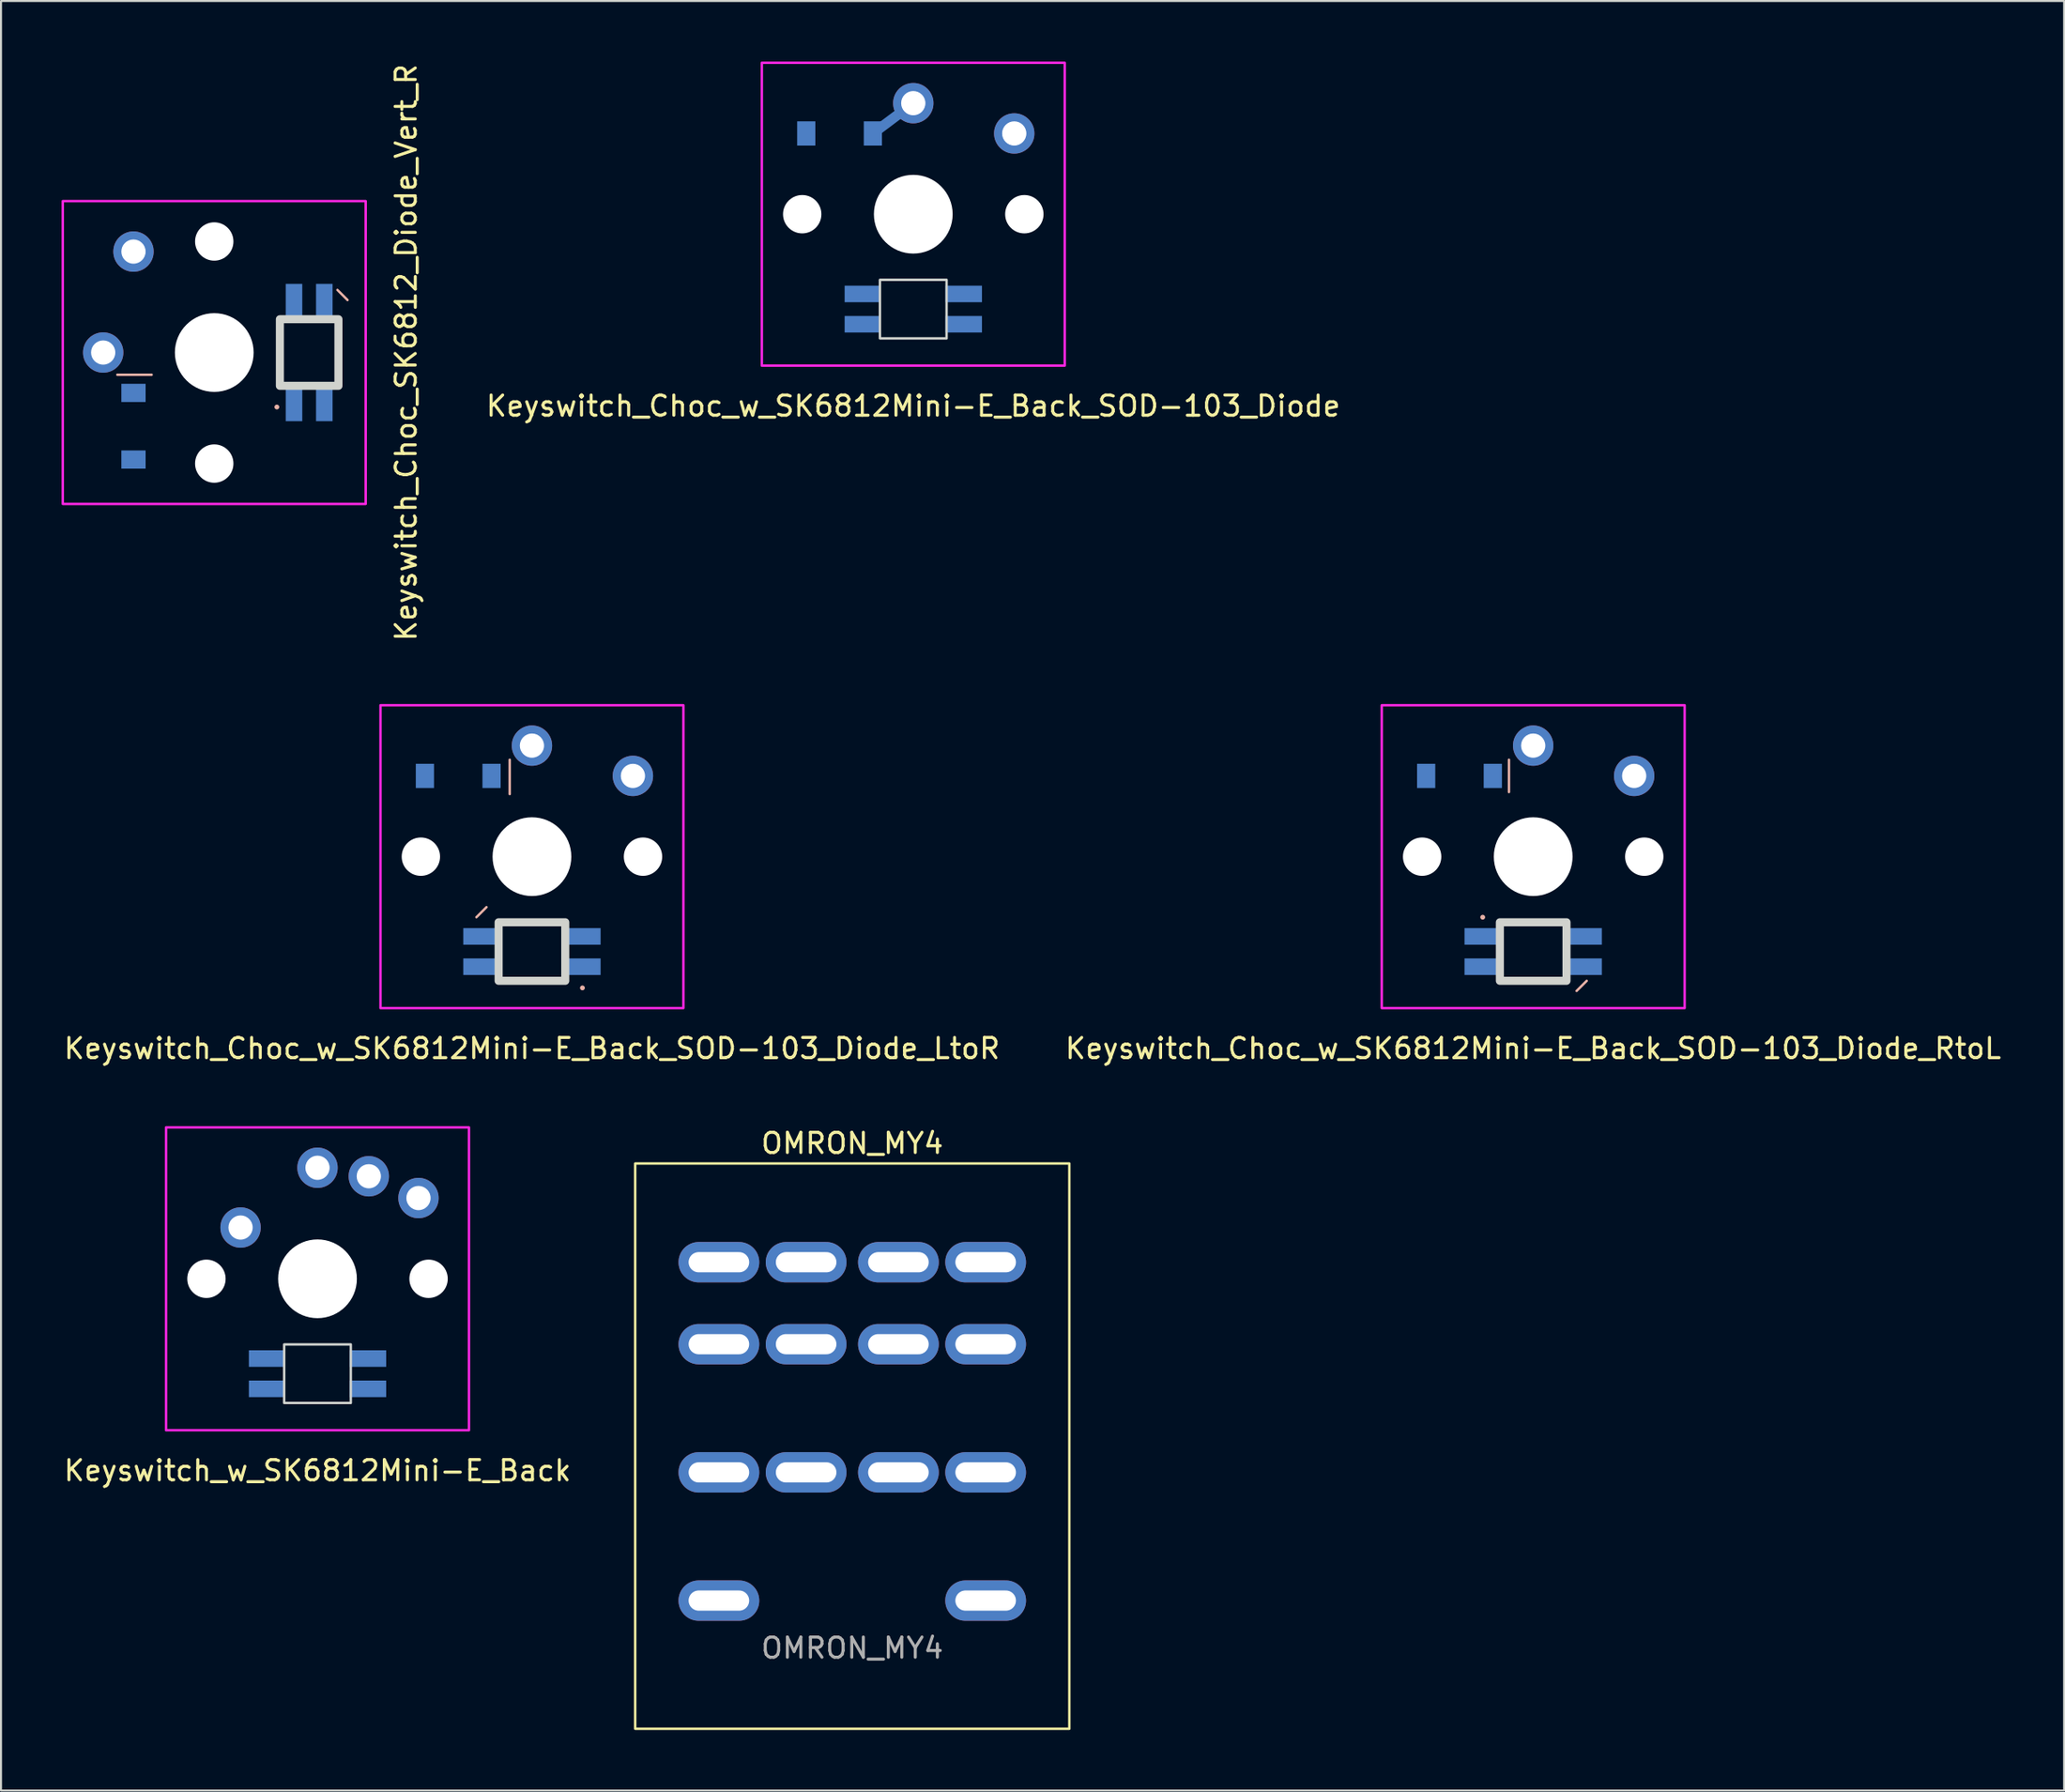
<source format=kicad_pcb>
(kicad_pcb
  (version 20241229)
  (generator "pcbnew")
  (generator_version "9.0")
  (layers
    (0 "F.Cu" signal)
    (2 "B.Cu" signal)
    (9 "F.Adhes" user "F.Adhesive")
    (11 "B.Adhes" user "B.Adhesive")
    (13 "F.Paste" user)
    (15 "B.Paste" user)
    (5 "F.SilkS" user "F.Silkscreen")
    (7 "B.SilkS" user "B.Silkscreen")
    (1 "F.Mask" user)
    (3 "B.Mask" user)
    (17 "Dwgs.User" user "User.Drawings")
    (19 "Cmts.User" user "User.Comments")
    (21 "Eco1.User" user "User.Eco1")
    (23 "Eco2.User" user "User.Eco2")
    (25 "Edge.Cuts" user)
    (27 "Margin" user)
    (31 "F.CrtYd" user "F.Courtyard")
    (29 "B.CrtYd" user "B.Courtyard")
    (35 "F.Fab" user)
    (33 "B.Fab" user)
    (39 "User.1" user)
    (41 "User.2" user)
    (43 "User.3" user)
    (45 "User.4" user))
  (footprint "Keyswitch_w_SK6812Mini-E_Back"
    (layer "F.Cu")
    (at 12.673 60.29)
    (property "Reference" "Keyswitch_w_SK6812Mini-E_Back" (at 0 9.5 0) (layer "F.SilkS") (effects (font (size 1 1) (thickness 0.15))))
    (attr through_hole)
    (fp_rect (start -1.65 3.25) (end 1.65 6.15) (stroke (width 0.12) (type solid)) (fill no) (layer "Edge.Cuts"))
    (fp_rect (start -7.5 -7.5) (end 7.5 7.5) (stroke (width 0.12) (type solid)) (fill no) (layer "F.CrtYd"))
    (pad "" np_thru_hole circle (at -5.5 0) (size 1.9 1.9) (drill 1.9) (layers "*.Cu" "*.Mask"))
    (pad "" np_thru_hole circle (at 0 0) (size 3.9 3.9) (drill 3.9) (layers "*.Cu" "*.Mask"))
    (pad "" np_thru_hole circle (at 5.5 0) (size 1.9 1.9) (drill 1.9) (layers "*.Cu" "*.Mask"))
    (pad "1" smd rect (at -2.5 3.95) (size 1.8 0.82) (layers "B.Cu" "B.Mask" "B.Paste"))
    (pad "2" smd rect (at -2.5 5.45) (size 1.8 0.82) (layers "B.Cu" "B.Mask" "B.Paste"))
    (pad "3" smd rect (at 2.5 5.45) (size 1.8 0.82) (layers "B.Cu" "B.Mask" "B.Paste"))
    (pad "4" smd rect (at 2.5 3.95) (size 1.8 0.82) (layers "B.Cu" "B.Mask" "B.Paste"))
    (pad "5" thru_hole circle (at 2.54 -5.08) (size 2 2) (drill 1.2) (layers "*.Cu" "*.Mask"))
    (pad "5" thru_hole circle (at 5 -4) (size 2 2) (drill 1.2) (layers "*.Cu" "*.Mask"))
    (pad "6" thru_hole circle (at -3.81 -2.54) (size 2 2) (drill 1.2) (layers "*.Cu" "*.Mask"))
    (pad "6" thru_hole circle (at 0 -5.5) (size 2 2) (drill 1.2) (layers "*.Cu" "*.Mask")))
  (footprint "Keyswitch_Choc_w_SK6812Mini-E_Back_SOD-103_Diode"
    (layer "F.Cu")
    (at 42.176 7.56)
    (property "Reference" "Keyswitch_Choc_w_SK6812Mini-E_Back_SOD-103_Diode" (at 0 9.5 0) (layer "F.SilkS") (effects (font (size 1 1) (thickness 0.15))))
    (attr through_hole)
    (fp_line (start -2 -4) (end 0 -5.5) (stroke (width 0.5) (type solid)) (layer "B.Cu"))
    (fp_line (start 0 -5.5) (end 0 -5) (stroke (width 0.2) (type solid)) (layer "B.Cu"))
    (fp_rect (start -1.65 3.25) (end 1.65 6.15) (stroke (width 0.12) (type solid)) (fill no) (layer "Edge.Cuts"))
    (fp_rect (start -1.65 3.25) (end 1.65 6.15) (stroke (width 0.12) (type solid)) (fill no) (layer "Margin"))
    (fp_rect (start -7.5 -7.5) (end 7.5 7.5) (stroke (width 0.12) (type solid)) (fill no) (layer "F.CrtYd"))
    (pad "" np_thru_hole circle (at -5.5 0) (size 1.9 1.9) (drill 1.9) (layers "*.Cu" "*.Mask"))
    (pad "" np_thru_hole circle (at 0 0) (size 3.9 3.9) (drill 3.9) (layers "*.Cu" "*.Mask"))
    (pad "" np_thru_hole circle (at 5.5 0) (size 1.9 1.9) (drill 1.9) (layers "*.Cu" "*.Mask"))
    (pad "1" smd rect (at -2.5 3.95) (size 1.8 0.82) (layers "B.Cu" "B.Mask" "B.Paste"))
    (pad "2" smd rect (at -2.5 5.45) (size 1.8 0.82) (layers "B.Cu" "B.Mask" "B.Paste"))
    (pad "3" smd rect (at 2.5 5.45) (size 1.8 0.82) (layers "B.Cu" "B.Mask" "B.Paste"))
    (pad "4" smd rect (at 2.5 3.95) (size 1.8 0.82) (layers "B.Cu" "B.Mask" "B.Paste"))
    (pad "5" smd rect (at -5.3 -4) (size 0.9 1.2) (layers "B.Cu" "B.Mask" "B.Paste"))
    (pad "6" thru_hole circle (at 5 -4) (size 2 2) (drill 1.2) (layers "*.Cu" "*.Mask"))
    (pad "7" smd rect (at -2 -4) (size 0.9 1.2) (layers "B.Cu" "B.Mask" "B.Paste"))
    (pad "8" thru_hole circle (at 0 -5.5) (size 2 2) (drill 1.2) (layers "*.Cu" "*.Mask")))
  (footprint "Keyswitch_Choc_w_SK6812Mini-E_Back_SOD-103_Diode_RtoL"
    (layer "F.Cu")
    (at 72.875 39.381)
    (property "Reference" "Keyswitch_Choc_w_SK6812Mini-E_Back_SOD-103_Diode_RtoL" (at 0 9.5 0) (layer "F.SilkS") (effects (font (size 1 1) (thickness 0.15))))
    (attr through_hole)
    (fp_line (start -1.2 -3.2) (end -1.2 -4.8) (stroke (width 0.12) (type solid)) (layer "B.SilkS"))
    (fp_line (start 2.15 6.65) (end 2.65 6.15) (stroke (width 0.12) (type solid)) (layer "B.SilkS"))
    (fp_circle (center -2.5 3) (end -2.5 3) (stroke (width 0.12) (type solid)) (fill no) (layer "B.SilkS"))
    (fp_rect (start -1.65 3.25) (end 1.65 6.15) (stroke (width 0.4) (type solid)) (fill no) (layer "Edge.Cuts"))
    (fp_rect (start -7.5 -7.5) (end 7.5 7.5) (stroke (width 0.12) (type solid)) (fill no) (layer "F.CrtYd"))
    (pad "" np_thru_hole circle (at -5.5 0) (size 1.9 1.9) (drill 1.9) (layers "*.Cu" "*.Mask"))
    (pad "" smd rect (at -2 -4) (size 0.9 1.2) (layers "B.Cu" "B.Mask" "B.Paste"))
    (pad "" thru_hole circle (at 0 -5.5) (size 2 2) (drill 1.2) (layers "*.Cu" "*.Mask"))
    (pad "" np_thru_hole circle (at 0 0) (size 3.9 3.9) (drill 3.9) (layers "*.Cu" "*.Mask"))
    (pad "" np_thru_hole circle (at 5.5 0) (size 1.9 1.9) (drill 1.9) (layers "*.Cu" "*.Mask"))
    (pad "1" smd rect (at -2.6 3.95) (size 1.6 0.82) (layers "B.Cu" "B.Mask" "B.Paste"))
    (pad "2" smd rect (at -2.6 5.45) (size 1.6 0.82) (layers "B.Cu" "B.Mask" "B.Paste"))
    (pad "3" smd rect (at 2.6 5.45) (size 1.6 0.82) (layers "B.Cu" "B.Mask" "B.Paste"))
    (pad "4" smd rect (at 2.6 3.95) (size 1.6 0.82) (layers "B.Cu" "B.Mask" "B.Paste"))
    (pad "5" smd rect (at -5.3 -4) (size 0.9 1.2) (layers "B.Cu" "B.Mask" "B.Paste"))
    (pad "6" thru_hole circle (at 5 -4) (size 2 2) (drill 1.2) (layers "*.Cu" "*.Mask")))
  (footprint "OMRON_MY4"
    (layer "F.Cu")
    (at 39.155 68.578)
    (property "Reference" "OMRON_MY4" (at 0 -15 0) (unlocked yes) (layer "F.SilkS") (effects (font (size 1 1) (thickness 0.15))))
    (attr through_hole)
    (fp_rect (start -10.75 -14) (end 10.75 14) (stroke (width 0.12) (type default)) (fill no) (layer "F.SilkS"))
    (fp_text user "${REFERENCE}" (at 0 10 0) (unlocked yes) (layer "F.Fab") (effects (font (size 1 1) (thickness 0.15))))
    (pad "1" thru_hole oval (at 6.605 -9.11) (size 4 2) (drill oval 3 1) (layers "*.Cu" "*.Mask"))
    (pad "2" thru_hole oval (at 2.285 -9.11) (size 4 2) (drill oval 3 1) (layers "*.Cu" "*.Mask"))
    (pad "3" thru_hole oval (at -2.285 -9.11) (size 4 2) (drill oval 3 1) (layers "*.Cu" "*.Mask"))
    (pad "4" thru_hole oval (at -6.605 -9.11) (size 4 2) (drill oval 3 1) (layers "*.Cu" "*.Mask"))
    (pad "5" thru_hole oval (at 6.605 -5.05) (size 4 2) (drill oval 3 1) (layers "*.Cu" "*.Mask"))
    (pad "6" thru_hole oval (at 2.285 -5.05) (size 4 2) (drill oval 3 1) (layers "*.Cu" "*.Mask"))
    (pad "7" thru_hole oval (at -2.285 -5.05) (size 4 2) (drill oval 3 1) (layers "*.Cu" "*.Mask"))
    (pad "8" thru_hole oval (at -6.605 -5.05) (size 4 2) (drill oval 3 1) (layers "*.Cu" "*.Mask"))
    (pad "9" thru_hole oval (at 6.605 1.3) (size 4 2) (drill oval 3 1) (layers "*.Cu" "*.Mask"))
    (pad "10" thru_hole oval (at 2.285 1.3) (size 4 2) (drill oval 3 1) (layers "*.Cu" "*.Mask"))
    (pad "11" thru_hole oval (at -2.285 1.3) (size 4 2) (drill oval 3 1) (layers "*.Cu" "*.Mask"))
    (pad "12" thru_hole oval (at -6.605 1.3) (size 4 2) (drill oval 3 1) (layers "*.Cu" "*.Mask"))
    (pad "13" thru_hole oval (at 6.605 7.65) (size 4 2) (drill oval 3 1) (layers "*.Cu" "*.Mask"))
    (pad "14" thru_hole oval (at -6.605 7.65) (size 4 2) (drill oval 3 1) (layers "*.Cu" "*.Mask")))
  (footprint "Keyswitch_Choc_w_SK6812Mini-E_Back_SOD-103_Diode_LtoR"
    (layer "F.Cu")
    (at 23.292 39.381)
    (property "Reference" "Keyswitch_Choc_w_SK6812Mini-E_Back_SOD-103_Diode_LtoR" (at 0 9.5 0) (layer "F.SilkS") (effects (font (size 1 1) (thickness 0.15))))
    (attr through_hole)
    (fp_line (start -2.25 2.5) (end -2.75 3) (stroke (width 0.12) (type solid)) (layer "B.SilkS"))
    (fp_line (start -1.1 -3.1) (end -1.1 -4.8) (stroke (width 0.12) (type solid)) (layer "B.SilkS"))
    (fp_circle (center 2.5 6.5) (end 2.5 6.5) (stroke (width 0.12) (type solid)) (fill no) (layer "B.SilkS"))
    (fp_rect (start -1.65 3.25) (end 1.65 6.15) (stroke (width 0.4) (type solid)) (fill no) (layer "Edge.Cuts"))
    (fp_rect (start -7.5 -7.5) (end 7.5 7.5) (stroke (width 0.12) (type solid)) (fill no) (layer "F.CrtYd"))
    (pad "" np_thru_hole circle (at -5.5 0) (size 1.9 1.9) (drill 1.9) (layers "*.Cu" "*.Mask"))
    (pad "" smd rect (at -2 -4) (size 0.9 1.2) (layers "B.Cu" "B.Mask" "B.Paste"))
    (pad "" thru_hole circle (at 0 -5.5) (size 2 2) (drill 1.2) (layers "*.Cu" "*.Mask"))
    (pad "" np_thru_hole circle (at 0 0) (size 3.9 3.9) (drill 3.9) (layers "*.Cu" "*.Mask"))
    (pad "" np_thru_hole circle (at 5.5 0) (size 1.9 1.9) (drill 1.9) (layers "*.Cu" "*.Mask"))
    (pad "1" smd rect (at 2.6 5.45) (size 1.6 0.82) (layers "B.Cu" "B.Mask" "B.Paste"))
    (pad "2" smd rect (at 2.6 3.95) (size 1.6 0.82) (layers "B.Cu" "B.Mask" "B.Paste"))
    (pad "3" smd rect (at -2.6 3.95) (size 1.6 0.82) (layers "B.Cu" "B.Mask" "B.Paste"))
    (pad "4" smd rect (at -2.6 5.45) (size 1.6 0.82) (layers "B.Cu" "B.Mask" "B.Paste"))
    (pad "5" smd rect (at -5.3 -4) (size 0.9 1.2) (layers "B.Cu" "B.Mask" "B.Paste"))
    (pad "6" thru_hole circle (at 5 -4) (size 2 2) (drill 1.2) (layers "*.Cu" "*.Mask")))
  (footprint "Keyswitch_Choc_SK6812_Diode_Vert_R"
    (layer "F.Cu")
    (at 7.56 14.411)
    (property "Reference" "Keyswitch_Choc_SK6812_Diode_Vert_R" (at 9.5 0 90) (layer "F.SilkS") (effects (font (size 1 1) (thickness 0.15))))
    (attr through_hole)
    (fp_line (start -3.1 1.1) (end -4.8 1.1) (stroke (width 0.12) (type solid)) (layer "B.SilkS"))
    (fp_line (start 6.1 -3.1) (end 6.6 -2.6) (stroke (width 0.12) (type solid)) (layer "B.SilkS"))
    (fp_circle (center 3.1 2.7) (end 3.1 2.7) (stroke (width 0.12) (type solid)) (fill no) (layer "B.SilkS"))
    (fp_rect (start 3.25 1.65) (end 6.15 -1.65) (stroke (width 0.4) (type solid)) (fill no) (layer "Edge.Cuts"))
    (fp_rect (start -7.5 7.5) (end 7.5 -7.5) (stroke (width 0.12) (type solid)) (fill no) (layer "F.CrtYd"))
    (pad "" thru_hole circle (at -5.5 0 90) (size 2 2) (drill 1.2) (layers "*.Cu" "*.Mask"))
    (pad "" smd rect (at -4 2 90) (size 0.9 1.2) (layers "B.Cu" "B.Mask" "B.Paste"))
    (pad "" np_thru_hole circle (at 0 -5.5 90) (size 1.9 1.9) (drill 1.9) (layers "*.Cu" "*.Mask"))
    (pad "" np_thru_hole circle (at 0 0 90) (size 3.9 3.9) (drill 3.9) (layers "*.Cu" "*.Mask"))
    (pad "" np_thru_hole circle (at 0 5.5 90) (size 1.9 1.9) (drill 1.9) (layers "*.Cu" "*.Mask"))
    (pad "1" smd rect (at 3.95 2.6 90) (size 1.6 0.82) (layers "B.Cu" "B.Mask" "B.Paste"))
    (pad "2" smd rect (at 5.45 2.6 90) (size 1.6 0.82) (layers "B.Cu" "B.Mask" "B.Paste"))
    (pad "3" smd rect (at 5.45 -2.6 90) (size 1.6 0.82) (layers "B.Cu" "B.Mask" "B.Paste"))
    (pad "4" smd rect (at 3.95 -2.6 90) (size 1.6 0.82) (layers "B.Cu" "B.Mask" "B.Paste"))
    (pad "5" smd rect (at -4 5.3 90) (size 0.9 1.2) (layers "B.Cu" "B.Mask" "B.Paste"))
    (pad "6" thru_hole circle (at -4 -5 90) (size 2 2) (drill 1.2) (layers "*.Cu" "*.Mask")))
  (gr_rect
    (start -3 -3)
    (end 99.167 85.638)
    (stroke (width 0.1) (type default))
    (fill no)
    (layer "Edge.Cuts")))
</source>
